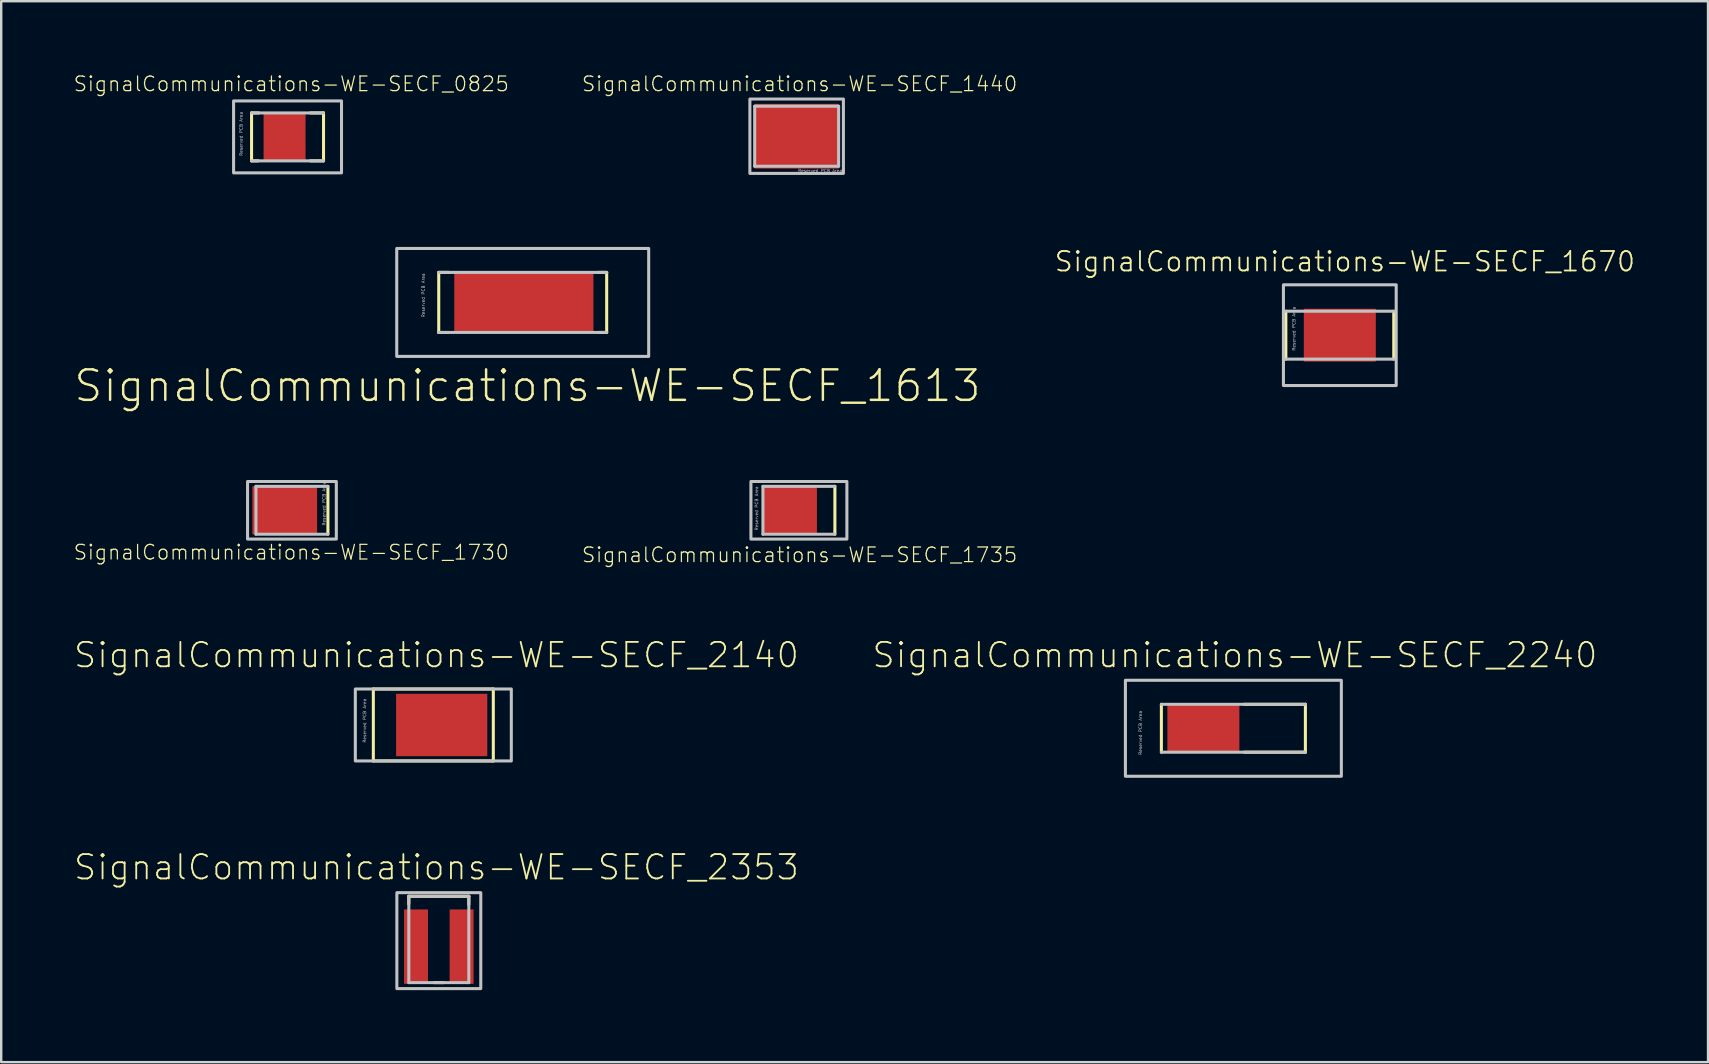
<source format=kicad_pcb>
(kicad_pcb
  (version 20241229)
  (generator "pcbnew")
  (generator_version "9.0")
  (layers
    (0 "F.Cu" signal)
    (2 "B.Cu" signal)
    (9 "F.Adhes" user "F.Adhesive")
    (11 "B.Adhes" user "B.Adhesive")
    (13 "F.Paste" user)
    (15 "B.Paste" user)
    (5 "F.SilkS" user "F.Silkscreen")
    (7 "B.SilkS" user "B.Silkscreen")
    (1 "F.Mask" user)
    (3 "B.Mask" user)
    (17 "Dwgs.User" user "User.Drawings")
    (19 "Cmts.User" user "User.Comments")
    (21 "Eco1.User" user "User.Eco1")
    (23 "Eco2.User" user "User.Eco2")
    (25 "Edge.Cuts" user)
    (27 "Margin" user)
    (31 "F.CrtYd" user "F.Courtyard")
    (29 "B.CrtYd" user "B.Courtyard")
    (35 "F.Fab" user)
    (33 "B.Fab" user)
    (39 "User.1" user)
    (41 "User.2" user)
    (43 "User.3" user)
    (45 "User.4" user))
  (footprint "SignalCommunications-WE-SECF_2240"
    (layer "F.Cu")
    (at 48.332 27.289)
    (property "Reference" "SignalCommunications-WE-SECF_2240" (at 0.064 -3.048 0) (layer "F.SilkS") (effects (font (size 1.016 1.016) (thickness 0.076))))
    (attr smd)
    (fp_line (start -3 0.998) (end -3 -0.998) (stroke (width 0.127) (type solid)) (layer "F.SilkS"))
    (fp_line (start 0.439 -0.998) (end 3 -0.998) (stroke (width 0.127) (type solid)) (layer "F.SilkS"))
    (fp_line (start 0.45 0.998) (end 3 0.998) (stroke (width 0.127) (type solid)) (layer "F.SilkS"))
    (fp_line (start 3 -0.998) (end 3 0.998) (stroke (width 0.127) (type solid)) (layer "F.SilkS"))
    (fp_line (start -3 -0.998) (end 3 -0.998) (stroke (width 0.127) (type solid)) (layer "Dwgs.User"))
    (fp_line (start 3 0.998) (end -3 0.998) (stroke (width 0.127) (type solid)) (layer "Dwgs.User"))
    (fp_poly (pts (xy -4.498 -1.999) (xy 4.498 -1.999) (xy 4.498 1.999) (xy -4.498 1.999) (xy -4.498 -1.999)) (stroke (width 0.127) (type solid)) (fill no) (layer "Dwgs.User"))
    (fp_text user "Reserved PCB Area" (at -3.873 0.191 90) (layer "Dwgs.User") (effects (font (size 0.127 0.127) (thickness 0.000001))))
    (pad "1" smd rect (at -1.25 0) (size 3 1.999) (layers "F.Cu" "F.Mask" "F.Paste")))
  (footprint "SignalCommunications-WE-SECF_2140"
    (layer "F.Cu")
    (at 15.002 27.152)
    (property "Reference" "SignalCommunications-WE-SECF_2140" (at 0.13 -2.911 0) (layer "F.SilkS") (effects (font (size 1.016 1.016) (thickness 0.076))))
    (attr smd)
    (fp_line (start -2.499 -1.499) (end 2.499 -1.499) (stroke (width 0.127) (type solid)) (layer "F.SilkS"))
    (fp_line (start -2.499 1.499) (end -2.499 -1.499) (stroke (width 0.127) (type solid)) (layer "F.SilkS"))
    (fp_line (start 2.499 -1.499) (end 2.499 1.499) (stroke (width 0.127) (type solid)) (layer "F.SilkS"))
    (fp_line (start 2.499 1.499) (end -2.499 1.499) (stroke (width 0.127) (type solid)) (layer "F.SilkS"))
    (fp_poly (pts (xy -3.249 -1.499) (xy 3.249 -1.499) (xy 3.249 1.499) (xy -3.249 1.499) (xy -3.249 -1.499)) (stroke (width 0.127) (type solid)) (fill no) (layer "Dwgs.User"))
    (fp_text user "Reserved PCB Area" (at -2.863 -0.178 90) (layer "Dwgs.User") (effects (font (size 0.127 0.127) (thickness 0.000001))))
    (pad "1" smd rect (at 0.348 0) (size 3.8 2.598) (layers "F.Cu" "F.Mask" "F.Paste")))
  (footprint "SignalCommunications-WE-SECF_1440"
    (layer "F.Cu")
    (at 30.138 2.625)
    (property "Reference" "SignalCommunications-WE-SECF_1440" (at 0.122 -2.179 0) (layer "F.SilkS") (effects (font (size 0.61 0.61) (thickness 0.051))))
    (attr smd)
    (fp_line (start -1.748 -1.25) (end 1.748 -1.25) (stroke (width 0.127) (type solid)) (layer "Dwgs.User"))
    (fp_line (start -1.748 1.25) (end -1.748 -1.25) (stroke (width 0.127) (type solid)) (layer "Dwgs.User"))
    (fp_line (start 1.748 -1.25) (end 1.748 1.25) (stroke (width 0.127) (type solid)) (layer "Dwgs.User"))
    (fp_line (start 1.748 1.25) (end -1.748 1.25) (stroke (width 0.127) (type solid)) (layer "Dwgs.User"))
    (fp_poly (pts (xy -1.948 -1.549) (xy 1.948 -1.549) (xy 1.948 1.549) (xy -1.948 1.549) (xy -1.948 -1.549)) (stroke (width 0.127) (type solid)) (fill no) (layer "Dwgs.User"))
    (fp_text user "Reserved PCB Area" (at 0.978 1.435 0) (layer "Dwgs.User") (effects (font (size 0.127 0.127) (thickness 0.000001))))
    (pad "1" smd rect (at 0 0) (size 3.498 2.697) (layers "F.Cu" "F.Mask" "F.Paste")))
  (footprint "SignalCommunications-WE-SECF_1730"
    (layer "F.Cu")
    (at 9.112 18.208)
    (property "Reference" "SignalCommunications-WE-SECF_1730" (at -0.025 1.75 0) (layer "F.SilkS") (effects (font (size 0.61 0.61) (thickness 0.051))))
    (attr smd)
    (fp_line (start 1.499 -0.998) (end 1.499 0.998) (stroke (width 0.127) (type solid)) (layer "F.SilkS"))
    (fp_line (start -1.499 -0.998) (end 1.499 -0.998) (stroke (width 0.127) (type solid)) (layer "Dwgs.User"))
    (fp_line (start -1.499 0.998) (end -1.499 -0.998) (stroke (width 0.127) (type solid)) (layer "Dwgs.User"))
    (fp_line (start 1.499 0.998) (end -1.499 0.998) (stroke (width 0.127) (type solid)) (layer "Dwgs.User"))
    (fp_poly (pts (xy -1.849 -1.199) (xy 1.849 -1.199) (xy 1.849 1.199) (xy -1.849 1.199) (xy -1.849 -1.199)) (stroke (width 0.127) (type solid)) (fill no) (layer "Dwgs.User"))
    (fp_text user "Reserved PCB Area" (at 1.336 -0.279 90) (layer "Dwgs.User") (effects (font (size 0.127 0.127) (thickness 0.000001))))
    (pad "1" smd rect (at -0.3 0) (size 2.697 1.999) (layers "F.Cu" "F.Mask" "F.Paste")))
  (footprint "SignalCommunications-WE-SECF_2353"
    (layer "F.Cu")
    (at 15.231 36.387)
    (property "Reference" "SignalCommunications-WE-SECF_2353" (at -0.099 -3.307 0) (layer "F.SilkS") (effects (font (size 1.016 1.016) (thickness 0.076))))
    (attr smd)
    (fp_line (start -1.25 -2.098) (end 1.25 -2.098) (stroke (width 0.127) (type solid)) (layer "F.SilkS"))
    (fp_line (start -1.25 -1.778) (end -1.25 -2.098) (stroke (width 0.127) (type solid)) (layer "F.SilkS"))
    (fp_line (start -0.198 1.499) (end 0.198 1.499) (stroke (width 0.127) (type solid)) (layer "F.SilkS"))
    (fp_line (start 1.25 -2.098) (end 1.25 -1.758) (stroke (width 0.127) (type solid)) (layer "F.SilkS"))
    (fp_line (start -1.25 -2.098) (end 1.25 -2.098) (stroke (width 0.127) (type solid)) (layer "Dwgs.User"))
    (fp_line (start -1.25 1.499) (end -1.25 -2.098) (stroke (width 0.127) (type solid)) (layer "Dwgs.User"))
    (fp_line (start 1.25 -2.098) (end 1.25 1.499) (stroke (width 0.127) (type solid)) (layer "Dwgs.User"))
    (fp_line (start 1.25 1.499) (end -1.25 1.499) (stroke (width 0.127) (type solid)) (layer "Dwgs.User"))
    (fp_poly (pts (xy -1.748 -2.248) (xy 1.748 -2.248) (xy 1.748 1.748) (xy -1.748 1.748) (xy -1.748 -2.248)) (stroke (width 0.127) (type solid)) (fill no) (layer "Dwgs.User"))
    (pad "1" smd rect (at -0.95 0) (size 0.998 3.099) (layers "F.Cu" "F.Mask" "F.Paste"))
    (pad "2" smd rect (at 0.95 0) (size 0.998 3.099) (layers "F.Cu" "F.Mask" "F.Paste")))
  (footprint "SignalCommunications-WE-SECF_0825"
    (layer "F.Cu")
    (at 8.929 2.653)
    (property "Reference" "SignalCommunications-WE-SECF_0825" (at 0.157 -2.207 0) (layer "F.SilkS") (effects (font (size 0.61 0.61) (thickness 0.051))))
    (attr smd)
    (fp_line (start -1.499 0.998) (end -1.499 -0.998) (stroke (width 0.127) (type solid)) (layer "F.SilkS"))
    (fp_line (start -1.219 0.998) (end -1.499 0.998) (stroke (width 0.127) (type solid)) (layer "F.SilkS"))
    (fp_line (start -1.199 -0.998) (end -1.499 -0.998) (stroke (width 0.127) (type solid)) (layer "F.SilkS"))
    (fp_line (start 0.95 -0.998) (end 1.499 -0.998) (stroke (width 0.127) (type solid)) (layer "F.SilkS"))
    (fp_line (start 0.95 0.998) (end 1.499 0.998) (stroke (width 0.127) (type solid)) (layer "F.SilkS"))
    (fp_line (start 1.499 -0.998) (end 1.499 0.998) (stroke (width 0.127) (type solid)) (layer "F.SilkS"))
    (fp_line (start -1.499 -0.998) (end 1.499 -0.998) (stroke (width 0.127) (type solid)) (layer "Dwgs.User"))
    (fp_line (start 1.499 0.998) (end -1.499 0.998) (stroke (width 0.127) (type solid)) (layer "Dwgs.User"))
    (fp_poly (pts (xy -2.248 -1.499) (xy 2.248 -1.499) (xy 2.248 1.499) (xy -2.248 1.499) (xy -2.248 -1.499)) (stroke (width 0.127) (type solid)) (fill no) (layer "Dwgs.User"))
    (fp_text user "Reserved PCB Area" (at -1.933 -0.127 90) (layer "Dwgs.User") (effects (font (size 0.127 0.127) (thickness 0.000001))))
    (pad "1" smd rect (at -0.124 0) (size 1.748 1.999) (layers "F.Cu" "F.Mask" "F.Paste")))
  (footprint "SignalCommunications-WE-SECF_1670"
    (layer "F.Cu")
    (at 52.766 10.913)
    (property "Reference" "SignalCommunications-WE-SECF_1670" (at 0.211 -3.066 0) (layer "F.SilkS") (effects (font (size 0.813 0.813) (thickness 0.076))))
    (attr smd)
    (fp_line (start -2.248 -0.998) (end -2.248 0.998) (stroke (width 0.127) (type solid)) (layer "F.SilkS"))
    (fp_line (start 2.248 -0.998) (end 2.248 0.998) (stroke (width 0.127) (type solid)) (layer "F.SilkS"))
    (fp_line (start -2.248 -0.998) (end 2.248 -0.998) (stroke (width 0.127) (type solid)) (layer "Dwgs.User"))
    (fp_line (start 2.248 0.998) (end -2.248 0.998) (stroke (width 0.127) (type solid)) (layer "Dwgs.User"))
    (fp_poly (pts (xy -2.349 -2.098) (xy 2.349 -2.098) (xy 2.349 2.098) (xy -2.349 2.098) (xy -2.349 -2.098)) (stroke (width 0.127) (type solid)) (fill no) (layer "Dwgs.User"))
    (fp_text user "Reserved PCB Area" (at -1.913 -0.269 90) (layer "Dwgs.User") (effects (font (size 0.127 0.127) (thickness 0.000001))))
    (pad "1" smd rect (at 0 0) (size 3 2.2) (layers "F.Cu" "F.Mask" "F.Paste")))
  (footprint "SignalCommunications-WE-SECF_1735"
    (layer "F.Cu")
    (at 30.232 18.208)
    (property "Reference" "SignalCommunications-WE-SECF_1735" (at 0.028 1.859 0) (layer "F.SilkS") (effects (font (size 0.61 0.61) (thickness 0.051))))
    (attr smd)
    (fp_line (start 1.499 -0.998) (end 1.499 0.998) (stroke (width 0.127) (type solid)) (layer "F.SilkS"))
    (fp_line (start -1.499 -0.998) (end 1.499 -0.998) (stroke (width 0.127) (type solid)) (layer "Dwgs.User"))
    (fp_line (start -1.499 0.998) (end -1.499 -0.998) (stroke (width 0.127) (type solid)) (layer "Dwgs.User"))
    (fp_line (start 1.499 0.998) (end -1.499 0.998) (stroke (width 0.127) (type solid)) (layer "Dwgs.User"))
    (fp_poly (pts (xy -1.999 -1.199) (xy 1.999 -1.199) (xy 1.999 1.199) (xy -1.999 1.199) (xy -1.999 -1.199)) (stroke (width 0.127) (type solid)) (fill no) (layer "Dwgs.User"))
    (fp_text user "Reserved PCB Area" (at -1.763 -0.079 90) (layer "Dwgs.User") (effects (font (size 0.127 0.127) (thickness 0.000001))))
    (pad "1" smd rect (at -0.373 0) (size 2.248 1.999) (layers "F.Cu" "F.Mask" "F.Paste")))
  (footprint "SignalCommunications-WE-SECF_1613"
    (layer "F.Cu")
    (at 18.726 9.549)
    (property "Reference" "SignalCommunications-WE-SECF_1613" (at 0.198 3.475 0) (layer "F.SilkS") (effects (font (size 1.27 1.27) (thickness 0.102))))
    (attr smd)
    (fp_line (start -3.498 -1.25) (end -3.498 1.25) (stroke (width 0.127) (type solid)) (layer "F.SilkS"))
    (fp_line (start -3.099 1.25) (end -3.498 1.25) (stroke (width 0.127) (type solid)) (layer "F.SilkS"))
    (fp_line (start -3.078 -1.25) (end -3.498 -1.25) (stroke (width 0.127) (type solid)) (layer "F.SilkS"))
    (fp_line (start 3.139 -1.25) (end 3.498 -1.25) (stroke (width 0.127) (type solid)) (layer "F.SilkS"))
    (fp_line (start 3.16 1.25) (end 3.498 1.25) (stroke (width 0.127) (type solid)) (layer "F.SilkS"))
    (fp_line (start 3.498 -1.25) (end 3.498 1.25) (stroke (width 0.127) (type solid)) (layer "F.SilkS"))
    (fp_line (start -3.498 -1.25) (end 3.498 -1.25) (stroke (width 0.127) (type solid)) (layer "Dwgs.User"))
    (fp_line (start 3.498 1.25) (end -3.498 1.25) (stroke (width 0.127) (type solid)) (layer "Dwgs.User"))
    (fp_poly (pts (xy -5.248 -2.248) (xy 5.248 -2.248) (xy 5.248 2.248) (xy -5.248 2.248) (xy -5.248 -2.248)) (stroke (width 0.127) (type solid)) (fill no) (layer "Dwgs.User"))
    (fp_text user "Reserved PCB Area" (at -4.143 -0.297 90) (layer "Dwgs.User") (effects (font (size 0.127 0.127) (thickness 0.000001))))
    (pad "1" smd rect (at 0.048 0) (size 5.799 2.499) (layers "F.Cu" "F.Mask" "F.Paste")))
  (gr_rect
    (start -3 -3)
    (end 68.105 41.198)
    (stroke (width 0.1) (type default))
    (fill no)
    (layer "Edge.Cuts")))
</source>
